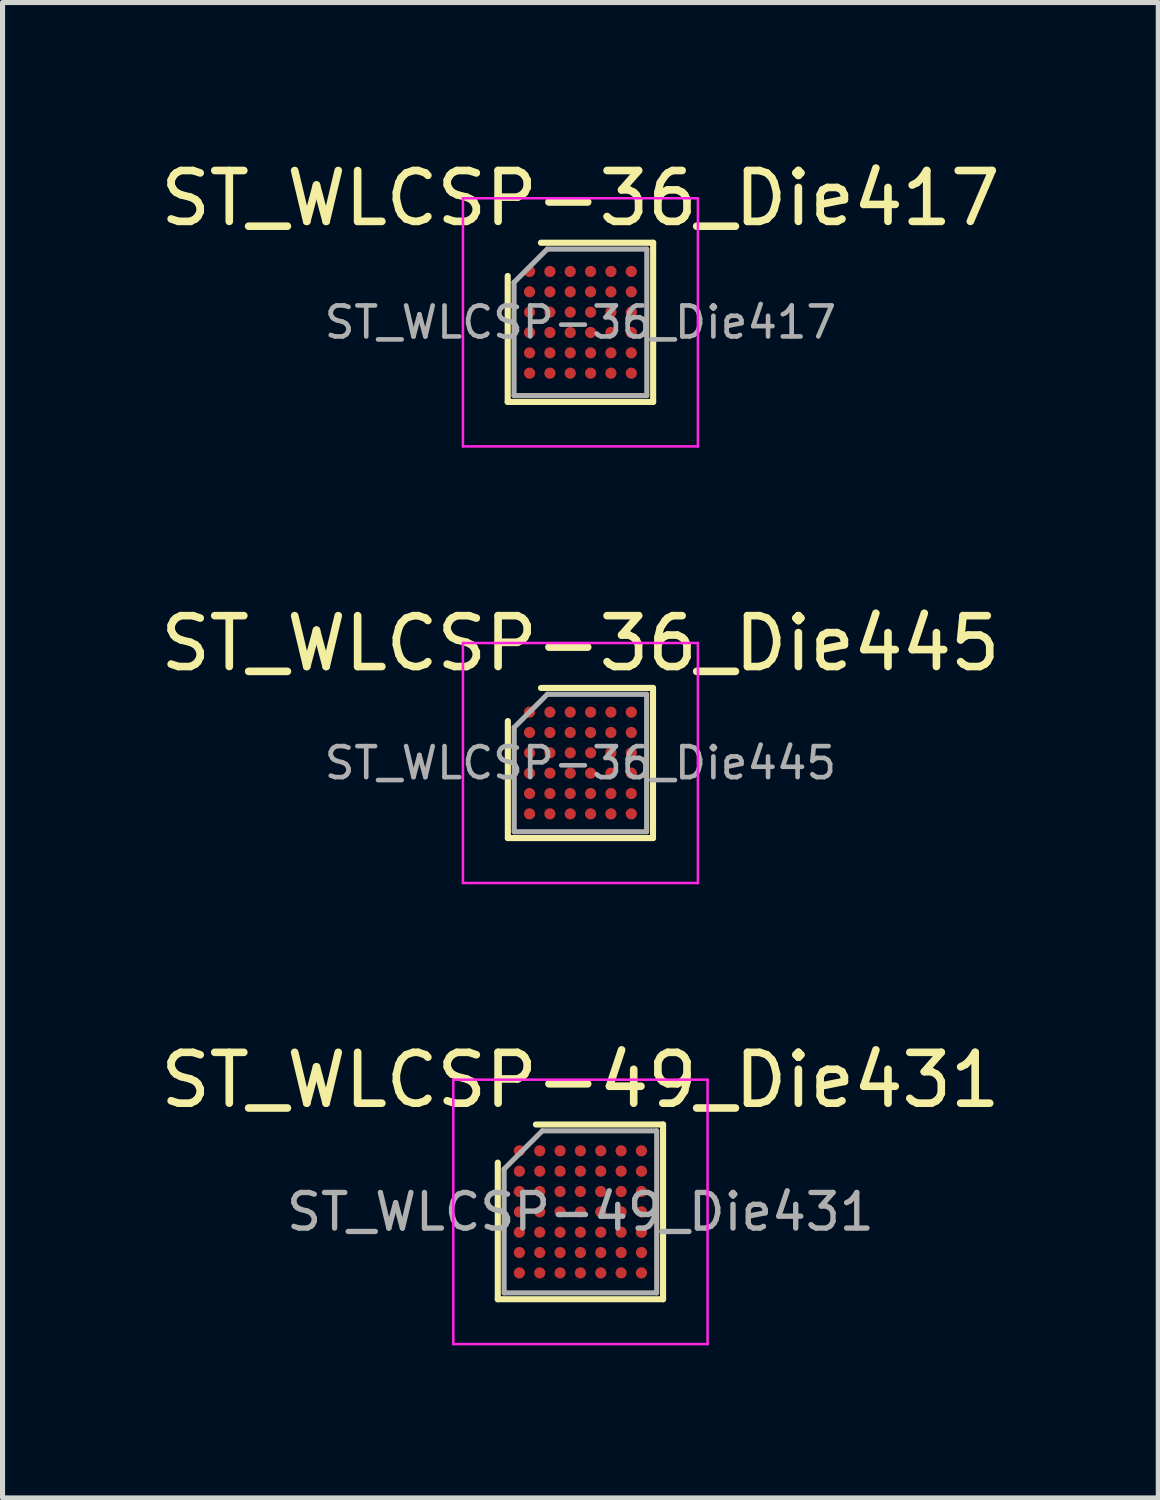
<source format=kicad_pcb>
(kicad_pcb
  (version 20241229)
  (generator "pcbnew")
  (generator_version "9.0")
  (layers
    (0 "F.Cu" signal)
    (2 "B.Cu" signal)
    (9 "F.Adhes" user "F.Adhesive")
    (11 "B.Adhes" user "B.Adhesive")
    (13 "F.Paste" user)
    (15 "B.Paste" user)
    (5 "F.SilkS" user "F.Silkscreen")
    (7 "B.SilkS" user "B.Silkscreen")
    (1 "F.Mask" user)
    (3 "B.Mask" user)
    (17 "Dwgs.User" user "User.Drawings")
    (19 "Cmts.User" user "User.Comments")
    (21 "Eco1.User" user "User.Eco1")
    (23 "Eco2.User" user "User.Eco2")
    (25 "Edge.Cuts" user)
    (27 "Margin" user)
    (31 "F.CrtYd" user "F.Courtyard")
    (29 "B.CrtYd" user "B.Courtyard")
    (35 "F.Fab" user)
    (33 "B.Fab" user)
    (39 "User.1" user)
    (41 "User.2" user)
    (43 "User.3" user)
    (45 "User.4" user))
  (footprint "ST_WLCSP-36_Die417"
    (layer "F.Cu")
    (at 8.363 3.288)
    (property "Reference" "ST_WLCSP-36_Die417" (at 0 -2.44 0) (layer "F.SilkS") (effects (font (size 1 1) (thickness 0.15))))
    (attr smd)
    (fp_line (start -1.43 1.565) (end -1.43 -0.912) (stroke (width 0.12) (type solid)) (layer "F.SilkS"))
    (fp_line (start -0.777 -1.565) (end 1.43 -1.565) (stroke (width 0.12) (type solid)) (layer "F.SilkS"))
    (fp_line (start 1.43 -1.565) (end 1.43 1.565) (stroke (width 0.12) (type solid)) (layer "F.SilkS"))
    (fp_line (start 1.43 1.565) (end -1.43 1.565) (stroke (width 0.12) (type solid)) (layer "F.SilkS"))
    (fp_line (start -2.31 -2.44) (end -2.31 2.44) (stroke (width 0.05) (type solid)) (layer "F.CrtYd"))
    (fp_line (start -2.31 2.44) (end 2.31 2.44) (stroke (width 0.05) (type solid)) (layer "F.CrtYd"))
    (fp_line (start 2.31 -2.44) (end -2.31 -2.44) (stroke (width 0.05) (type solid)) (layer "F.CrtYd"))
    (fp_line (start 2.31 2.44) (end 2.31 -2.44) (stroke (width 0.05) (type solid)) (layer "F.CrtYd"))
    (fp_line (start -1.305 -0.787) (end -0.652 -1.44) (stroke (width 0.1) (type solid)) (layer "F.Fab"))
    (fp_line (start -1.305 1.44) (end -1.305 -0.787) (stroke (width 0.1) (type solid)) (layer "F.Fab"))
    (fp_line (start -0.652 -1.44) (end 1.305 -1.44) (stroke (width 0.1) (type solid)) (layer "F.Fab"))
    (fp_line (start 1.305 -1.44) (end 1.305 1.44) (stroke (width 0.1) (type solid)) (layer "F.Fab"))
    (fp_line (start 1.305 1.44) (end -1.305 1.44) (stroke (width 0.1) (type solid)) (layer "F.Fab"))
    (fp_text user "${REFERENCE}" (at 0 0 0) (layer "F.Fab") (effects (font (size 0.61 0.61) (thickness 0.091))))
    (pad "A1" smd circle (at -1 -1) (size 0.22 0.22) (layers "F.Cu" "F.Mask" "F.Paste"))
    (pad "A2" smd circle (at -0.6 -1) (size 0.22 0.22) (layers "F.Cu" "F.Mask" "F.Paste"))
    (pad "A3" smd circle (at -0.2 -1) (size 0.22 0.22) (layers "F.Cu" "F.Mask" "F.Paste"))
    (pad "A4" smd circle (at 0.2 -1) (size 0.22 0.22) (layers "F.Cu" "F.Mask" "F.Paste"))
    (pad "A5" smd circle (at 0.6 -1) (size 0.22 0.22) (layers "F.Cu" "F.Mask" "F.Paste"))
    (pad "A6" smd circle (at 1 -1) (size 0.22 0.22) (layers "F.Cu" "F.Mask" "F.Paste"))
    (pad "B1" smd circle (at -1 -0.6) (size 0.22 0.22) (layers "F.Cu" "F.Mask" "F.Paste"))
    (pad "B2" smd circle (at -0.6 -0.6) (size 0.22 0.22) (layers "F.Cu" "F.Mask" "F.Paste"))
    (pad "B3" smd circle (at -0.2 -0.6) (size 0.22 0.22) (layers "F.Cu" "F.Mask" "F.Paste"))
    (pad "B4" smd circle (at 0.2 -0.6) (size 0.22 0.22) (layers "F.Cu" "F.Mask" "F.Paste"))
    (pad "B5" smd circle (at 0.6 -0.6) (size 0.22 0.22) (layers "F.Cu" "F.Mask" "F.Paste"))
    (pad "B6" smd circle (at 1 -0.6) (size 0.22 0.22) (layers "F.Cu" "F.Mask" "F.Paste"))
    (pad "C1" smd circle (at -1 -0.2) (size 0.22 0.22) (layers "F.Cu" "F.Mask" "F.Paste"))
    (pad "C2" smd circle (at -0.6 -0.2) (size 0.22 0.22) (layers "F.Cu" "F.Mask" "F.Paste"))
    (pad "C3" smd circle (at -0.2 -0.2) (size 0.22 0.22) (layers "F.Cu" "F.Mask" "F.Paste"))
    (pad "C4" smd circle (at 0.2 -0.2) (size 0.22 0.22) (layers "F.Cu" "F.Mask" "F.Paste"))
    (pad "C5" smd circle (at 0.6 -0.2) (size 0.22 0.22) (layers "F.Cu" "F.Mask" "F.Paste"))
    (pad "C6" smd circle (at 1 -0.2) (size 0.22 0.22) (layers "F.Cu" "F.Mask" "F.Paste"))
    (pad "D1" smd circle (at -1 0.2) (size 0.22 0.22) (layers "F.Cu" "F.Mask" "F.Paste"))
    (pad "D2" smd circle (at -0.6 0.2) (size 0.22 0.22) (layers "F.Cu" "F.Mask" "F.Paste"))
    (pad "D3" smd circle (at -0.2 0.2) (size 0.22 0.22) (layers "F.Cu" "F.Mask" "F.Paste"))
    (pad "D4" smd circle (at 0.2 0.2) (size 0.22 0.22) (layers "F.Cu" "F.Mask" "F.Paste"))
    (pad "D5" smd circle (at 0.6 0.2) (size 0.22 0.22) (layers "F.Cu" "F.Mask" "F.Paste"))
    (pad "D6" smd circle (at 1 0.2) (size 0.22 0.22) (layers "F.Cu" "F.Mask" "F.Paste"))
    (pad "E1" smd circle (at -1 0.6) (size 0.22 0.22) (layers "F.Cu" "F.Mask" "F.Paste"))
    (pad "E2" smd circle (at -0.6 0.6) (size 0.22 0.22) (layers "F.Cu" "F.Mask" "F.Paste"))
    (pad "E3" smd circle (at -0.2 0.6) (size 0.22 0.22) (layers "F.Cu" "F.Mask" "F.Paste"))
    (pad "E4" smd circle (at 0.2 0.6) (size 0.22 0.22) (layers "F.Cu" "F.Mask" "F.Paste"))
    (pad "E5" smd circle (at 0.6 0.6) (size 0.22 0.22) (layers "F.Cu" "F.Mask" "F.Paste"))
    (pad "E6" smd circle (at 1 0.6) (size 0.22 0.22) (layers "F.Cu" "F.Mask" "F.Paste"))
    (pad "F1" smd circle (at -1 1) (size 0.22 0.22) (layers "F.Cu" "F.Mask" "F.Paste"))
    (pad "F2" smd circle (at -0.6 1) (size 0.22 0.22) (layers "F.Cu" "F.Mask" "F.Paste"))
    (pad "F3" smd circle (at -0.2 1) (size 0.22 0.22) (layers "F.Cu" "F.Mask" "F.Paste"))
    (pad "F4" smd circle (at 0.2 1) (size 0.22 0.22) (layers "F.Cu" "F.Mask" "F.Paste"))
    (pad "F5" smd circle (at 0.6 1) (size 0.22 0.22) (layers "F.Cu" "F.Mask" "F.Paste"))
    (pad "F6" smd circle (at 1 1) (size 0.22 0.22) (layers "F.Cu" "F.Mask" "F.Paste")))
  (footprint "ST_WLCSP-49_Die431"
    (layer "F.Cu")
    (at 8.363 20.779)
    (property "Reference" "ST_WLCSP-49_Die431" (at 0 -2.592 0) (layer "F.SilkS") (effects (font (size 1 1) (thickness 0.15))))
    (attr smd)
    (fp_line (start -1.625 1.718) (end -1.625 -0.968) (stroke (width 0.12) (type solid)) (layer "F.SilkS"))
    (fp_line (start -0.875 -1.718) (end 1.625 -1.718) (stroke (width 0.12) (type solid)) (layer "F.SilkS"))
    (fp_line (start 1.625 -1.718) (end 1.625 1.718) (stroke (width 0.12) (type solid)) (layer "F.SilkS"))
    (fp_line (start 1.625 1.718) (end -1.625 1.718) (stroke (width 0.12) (type solid)) (layer "F.SilkS"))
    (fp_line (start -2.5 -2.6) (end -2.5 2.6) (stroke (width 0.05) (type solid)) (layer "F.CrtYd"))
    (fp_line (start -2.5 2.6) (end 2.5 2.6) (stroke (width 0.05) (type solid)) (layer "F.CrtYd"))
    (fp_line (start 2.5 -2.6) (end -2.5 -2.6) (stroke (width 0.05) (type solid)) (layer "F.CrtYd"))
    (fp_line (start 2.5 2.6) (end 2.5 -2.6) (stroke (width 0.05) (type solid)) (layer "F.CrtYd"))
    (fp_line (start -1.5 -0.843) (end -0.75 -1.593) (stroke (width 0.1) (type solid)) (layer "F.Fab"))
    (fp_line (start -1.5 1.593) (end -1.5 -0.843) (stroke (width 0.1) (type solid)) (layer "F.Fab"))
    (fp_line (start -0.75 -1.593) (end 1.5 -1.593) (stroke (width 0.1) (type solid)) (layer "F.Fab"))
    (fp_line (start 1.5 -1.593) (end 1.5 1.593) (stroke (width 0.1) (type solid)) (layer "F.Fab"))
    (fp_line (start 1.5 1.593) (end -1.5 1.593) (stroke (width 0.1) (type solid)) (layer "F.Fab"))
    (fp_text user "${REFERENCE}" (at 0 0 0) (layer "F.Fab") (effects (font (size 0.7 0.7) (thickness 0.105))))
    (pad "A1" smd circle (at -1.2 -1.2) (size 0.22 0.22) (layers "F.Cu" "F.Mask" "F.Paste"))
    (pad "A2" smd circle (at -0.8 -1.2) (size 0.22 0.22) (layers "F.Cu" "F.Mask" "F.Paste"))
    (pad "A3" smd circle (at -0.4 -1.2) (size 0.22 0.22) (layers "F.Cu" "F.Mask" "F.Paste"))
    (pad "A4" smd circle (at 0 -1.2) (size 0.22 0.22) (layers "F.Cu" "F.Mask" "F.Paste"))
    (pad "A5" smd circle (at 0.4 -1.2) (size 0.22 0.22) (layers "F.Cu" "F.Mask" "F.Paste"))
    (pad "A6" smd circle (at 0.8 -1.2) (size 0.22 0.22) (layers "F.Cu" "F.Mask" "F.Paste"))
    (pad "A7" smd circle (at 1.2 -1.2) (size 0.22 0.22) (layers "F.Cu" "F.Mask" "F.Paste"))
    (pad "B1" smd circle (at -1.2 -0.8) (size 0.22 0.22) (layers "F.Cu" "F.Mask" "F.Paste"))
    (pad "B2" smd circle (at -0.8 -0.8) (size 0.22 0.22) (layers "F.Cu" "F.Mask" "F.Paste"))
    (pad "B3" smd circle (at -0.4 -0.8) (size 0.22 0.22) (layers "F.Cu" "F.Mask" "F.Paste"))
    (pad "B4" smd circle (at 0 -0.8) (size 0.22 0.22) (layers "F.Cu" "F.Mask" "F.Paste"))
    (pad "B5" smd circle (at 0.4 -0.8) (size 0.22 0.22) (layers "F.Cu" "F.Mask" "F.Paste"))
    (pad "B6" smd circle (at 0.8 -0.8) (size 0.22 0.22) (layers "F.Cu" "F.Mask" "F.Paste"))
    (pad "B7" smd circle (at 1.2 -0.8) (size 0.22 0.22) (layers "F.Cu" "F.Mask" "F.Paste"))
    (pad "C1" smd circle (at -1.2 -0.4) (size 0.22 0.22) (layers "F.Cu" "F.Mask" "F.Paste"))
    (pad "C2" smd circle (at -0.8 -0.4) (size 0.22 0.22) (layers "F.Cu" "F.Mask" "F.Paste"))
    (pad "C3" smd circle (at -0.4 -0.4) (size 0.22 0.22) (layers "F.Cu" "F.Mask" "F.Paste"))
    (pad "C4" smd circle (at 0 -0.4) (size 0.22 0.22) (layers "F.Cu" "F.Mask" "F.Paste"))
    (pad "C5" smd circle (at 0.4 -0.4) (size 0.22 0.22) (layers "F.Cu" "F.Mask" "F.Paste"))
    (pad "C6" smd circle (at 0.8 -0.4) (size 0.22 0.22) (layers "F.Cu" "F.Mask" "F.Paste"))
    (pad "C7" smd circle (at 1.2 -0.4) (size 0.22 0.22) (layers "F.Cu" "F.Mask" "F.Paste"))
    (pad "D1" smd circle (at -1.2 0) (size 0.22 0.22) (layers "F.Cu" "F.Mask" "F.Paste"))
    (pad "D2" smd circle (at -0.8 0) (size 0.22 0.22) (layers "F.Cu" "F.Mask" "F.Paste"))
    (pad "D3" smd circle (at -0.4 0) (size 0.22 0.22) (layers "F.Cu" "F.Mask" "F.Paste"))
    (pad "D4" smd circle (at 0 0) (size 0.22 0.22) (layers "F.Cu" "F.Mask" "F.Paste"))
    (pad "D5" smd circle (at 0.4 0) (size 0.22 0.22) (layers "F.Cu" "F.Mask" "F.Paste"))
    (pad "D6" smd circle (at 0.8 0) (size 0.22 0.22) (layers "F.Cu" "F.Mask" "F.Paste"))
    (pad "D7" smd circle (at 1.2 0) (size 0.22 0.22) (layers "F.Cu" "F.Mask" "F.Paste"))
    (pad "E1" smd circle (at -1.2 0.4) (size 0.22 0.22) (layers "F.Cu" "F.Mask" "F.Paste"))
    (pad "E2" smd circle (at -0.8 0.4) (size 0.22 0.22) (layers "F.Cu" "F.Mask" "F.Paste"))
    (pad "E3" smd circle (at -0.4 0.4) (size 0.22 0.22) (layers "F.Cu" "F.Mask" "F.Paste"))
    (pad "E4" smd circle (at 0 0.4) (size 0.22 0.22) (layers "F.Cu" "F.Mask" "F.Paste"))
    (pad "E5" smd circle (at 0.4 0.4) (size 0.22 0.22) (layers "F.Cu" "F.Mask" "F.Paste"))
    (pad "E6" smd circle (at 0.8 0.4) (size 0.22 0.22) (layers "F.Cu" "F.Mask" "F.Paste"))
    (pad "E7" smd circle (at 1.2 0.4) (size 0.22 0.22) (layers "F.Cu" "F.Mask" "F.Paste"))
    (pad "F1" smd circle (at -1.2 0.8) (size 0.22 0.22) (layers "F.Cu" "F.Mask" "F.Paste"))
    (pad "F2" smd circle (at -0.8 0.8) (size 0.22 0.22) (layers "F.Cu" "F.Mask" "F.Paste"))
    (pad "F3" smd circle (at -0.4 0.8) (size 0.22 0.22) (layers "F.Cu" "F.Mask" "F.Paste"))
    (pad "F4" smd circle (at 0 0.8) (size 0.22 0.22) (layers "F.Cu" "F.Mask" "F.Paste"))
    (pad "F5" smd circle (at 0.4 0.8) (size 0.22 0.22) (layers "F.Cu" "F.Mask" "F.Paste"))
    (pad "F6" smd circle (at 0.8 0.8) (size 0.22 0.22) (layers "F.Cu" "F.Mask" "F.Paste"))
    (pad "F7" smd circle (at 1.2 0.8) (size 0.22 0.22) (layers "F.Cu" "F.Mask" "F.Paste"))
    (pad "G1" smd circle (at -1.2 1.2) (size 0.22 0.22) (layers "F.Cu" "F.Mask" "F.Paste"))
    (pad "G2" smd circle (at -0.8 1.2) (size 0.22 0.22) (layers "F.Cu" "F.Mask" "F.Paste"))
    (pad "G3" smd circle (at -0.4 1.2) (size 0.22 0.22) (layers "F.Cu" "F.Mask" "F.Paste"))
    (pad "G4" smd circle (at 0 1.2) (size 0.22 0.22) (layers "F.Cu" "F.Mask" "F.Paste"))
    (pad "G5" smd circle (at 0.4 1.2) (size 0.22 0.22) (layers "F.Cu" "F.Mask" "F.Paste"))
    (pad "G6" smd circle (at 0.8 1.2) (size 0.22 0.22) (layers "F.Cu" "F.Mask" "F.Paste"))
    (pad "G7" smd circle (at 1.2 1.2) (size 0.22 0.22) (layers "F.Cu" "F.Mask" "F.Paste")))
  (footprint "ST_WLCSP-36_Die445"
    (layer "F.Cu")
    (at 8.363 11.953)
    (property "Reference" "ST_WLCSP-36_Die445" (at 0 -2.352 0) (layer "F.SilkS") (effects (font (size 1 1) (thickness 0.15))))
    (attr smd)
    (fp_line (start -1.427 1.476) (end -1.427 -0.825) (stroke (width 0.12) (type solid)) (layer "F.SilkS"))
    (fp_line (start -0.776 -1.476) (end 1.427 -1.476) (stroke (width 0.12) (type solid)) (layer "F.SilkS"))
    (fp_line (start 1.427 -1.476) (end 1.427 1.476) (stroke (width 0.12) (type solid)) (layer "F.SilkS"))
    (fp_line (start 1.427 1.476) (end -1.427 1.476) (stroke (width 0.12) (type solid)) (layer "F.SilkS"))
    (fp_line (start -2.31 -2.36) (end -2.31 2.36) (stroke (width 0.05) (type solid)) (layer "F.CrtYd"))
    (fp_line (start -2.31 2.36) (end 2.31 2.36) (stroke (width 0.05) (type solid)) (layer "F.CrtYd"))
    (fp_line (start 2.31 -2.36) (end -2.31 -2.36) (stroke (width 0.05) (type solid)) (layer "F.CrtYd"))
    (fp_line (start 2.31 2.36) (end 2.31 -2.36) (stroke (width 0.05) (type solid)) (layer "F.CrtYd"))
    (fp_line (start -1.302 -0.7) (end -0.651 -1.351) (stroke (width 0.1) (type solid)) (layer "F.Fab"))
    (fp_line (start -1.302 1.351) (end -1.302 -0.7) (stroke (width 0.1) (type solid)) (layer "F.Fab"))
    (fp_line (start -0.651 -1.351) (end 1.302 -1.351) (stroke (width 0.1) (type solid)) (layer "F.Fab"))
    (fp_line (start 1.302 -1.351) (end 1.302 1.351) (stroke (width 0.1) (type solid)) (layer "F.Fab"))
    (fp_line (start 1.302 1.351) (end -1.302 1.351) (stroke (width 0.1) (type solid)) (layer "F.Fab"))
    (fp_text user "${REFERENCE}" (at 0 0 0) (layer "F.Fab") (effects (font (size 0.61 0.61) (thickness 0.091))))
    (pad "A1" smd circle (at -1 -1) (size 0.22 0.22) (layers "F.Cu" "F.Mask" "F.Paste"))
    (pad "A2" smd circle (at -0.6 -1) (size 0.22 0.22) (layers "F.Cu" "F.Mask" "F.Paste"))
    (pad "A3" smd circle (at -0.2 -1) (size 0.22 0.22) (layers "F.Cu" "F.Mask" "F.Paste"))
    (pad "A4" smd circle (at 0.2 -1) (size 0.22 0.22) (layers "F.Cu" "F.Mask" "F.Paste"))
    (pad "A5" smd circle (at 0.6 -1) (size 0.22 0.22) (layers "F.Cu" "F.Mask" "F.Paste"))
    (pad "A6" smd circle (at 1 -1) (size 0.22 0.22) (layers "F.Cu" "F.Mask" "F.Paste"))
    (pad "B1" smd circle (at -1 -0.6) (size 0.22 0.22) (layers "F.Cu" "F.Mask" "F.Paste"))
    (pad "B2" smd circle (at -0.6 -0.6) (size 0.22 0.22) (layers "F.Cu" "F.Mask" "F.Paste"))
    (pad "B3" smd circle (at -0.2 -0.6) (size 0.22 0.22) (layers "F.Cu" "F.Mask" "F.Paste"))
    (pad "B4" smd circle (at 0.2 -0.6) (size 0.22 0.22) (layers "F.Cu" "F.Mask" "F.Paste"))
    (pad "B5" smd circle (at 0.6 -0.6) (size 0.22 0.22) (layers "F.Cu" "F.Mask" "F.Paste"))
    (pad "B6" smd circle (at 1 -0.6) (size 0.22 0.22) (layers "F.Cu" "F.Mask" "F.Paste"))
    (pad "C1" smd circle (at -1 -0.2) (size 0.22 0.22) (layers "F.Cu" "F.Mask" "F.Paste"))
    (pad "C2" smd circle (at -0.6 -0.2) (size 0.22 0.22) (layers "F.Cu" "F.Mask" "F.Paste"))
    (pad "C3" smd circle (at -0.2 -0.2) (size 0.22 0.22) (layers "F.Cu" "F.Mask" "F.Paste"))
    (pad "C4" smd circle (at 0.2 -0.2) (size 0.22 0.22) (layers "F.Cu" "F.Mask" "F.Paste"))
    (pad "C5" smd circle (at 0.6 -0.2) (size 0.22 0.22) (layers "F.Cu" "F.Mask" "F.Paste"))
    (pad "C6" smd circle (at 1 -0.2) (size 0.22 0.22) (layers "F.Cu" "F.Mask" "F.Paste"))
    (pad "D1" smd circle (at -1 0.2) (size 0.22 0.22) (layers "F.Cu" "F.Mask" "F.Paste"))
    (pad "D2" smd circle (at -0.6 0.2) (size 0.22 0.22) (layers "F.Cu" "F.Mask" "F.Paste"))
    (pad "D3" smd circle (at -0.2 0.2) (size 0.22 0.22) (layers "F.Cu" "F.Mask" "F.Paste"))
    (pad "D4" smd circle (at 0.2 0.2) (size 0.22 0.22) (layers "F.Cu" "F.Mask" "F.Paste"))
    (pad "D5" smd circle (at 0.6 0.2) (size 0.22 0.22) (layers "F.Cu" "F.Mask" "F.Paste"))
    (pad "D6" smd circle (at 1 0.2) (size 0.22 0.22) (layers "F.Cu" "F.Mask" "F.Paste"))
    (pad "E1" smd circle (at -1 0.6) (size 0.22 0.22) (layers "F.Cu" "F.Mask" "F.Paste"))
    (pad "E2" smd circle (at -0.6 0.6) (size 0.22 0.22) (layers "F.Cu" "F.Mask" "F.Paste"))
    (pad "E3" smd circle (at -0.2 0.6) (size 0.22 0.22) (layers "F.Cu" "F.Mask" "F.Paste"))
    (pad "E4" smd circle (at 0.2 0.6) (size 0.22 0.22) (layers "F.Cu" "F.Mask" "F.Paste"))
    (pad "E5" smd circle (at 0.6 0.6) (size 0.22 0.22) (layers "F.Cu" "F.Mask" "F.Paste"))
    (pad "E6" smd circle (at 1 0.6) (size 0.22 0.22) (layers "F.Cu" "F.Mask" "F.Paste"))
    (pad "F1" smd circle (at -1 1) (size 0.22 0.22) (layers "F.Cu" "F.Mask" "F.Paste"))
    (pad "F2" smd circle (at -0.6 1) (size 0.22 0.22) (layers "F.Cu" "F.Mask" "F.Paste"))
    (pad "F3" smd circle (at -0.2 1) (size 0.22 0.22) (layers "F.Cu" "F.Mask" "F.Paste"))
    (pad "F4" smd circle (at 0.2 1) (size 0.22 0.22) (layers "F.Cu" "F.Mask" "F.Paste"))
    (pad "F5" smd circle (at 0.6 1) (size 0.22 0.22) (layers "F.Cu" "F.Mask" "F.Paste"))
    (pad "F6" smd circle (at 1 1) (size 0.22 0.22) (layers "F.Cu" "F.Mask" "F.Paste")))
  (gr_rect
    (start -3 -3)
    (end 19.726 26.404)
    (stroke (width 0.1) (type default))
    (fill no)
    (layer "Edge.Cuts")))
</source>
